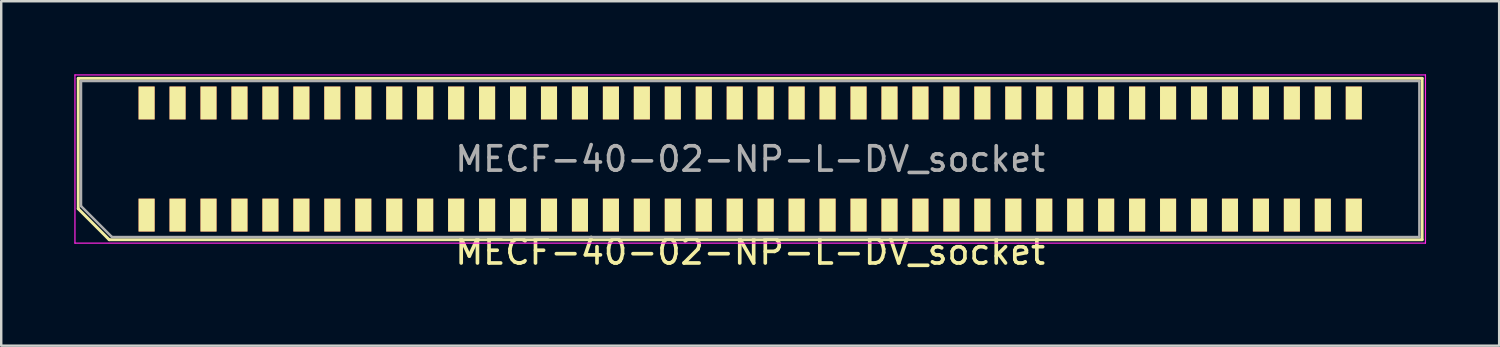
<source format=kicad_pcb>
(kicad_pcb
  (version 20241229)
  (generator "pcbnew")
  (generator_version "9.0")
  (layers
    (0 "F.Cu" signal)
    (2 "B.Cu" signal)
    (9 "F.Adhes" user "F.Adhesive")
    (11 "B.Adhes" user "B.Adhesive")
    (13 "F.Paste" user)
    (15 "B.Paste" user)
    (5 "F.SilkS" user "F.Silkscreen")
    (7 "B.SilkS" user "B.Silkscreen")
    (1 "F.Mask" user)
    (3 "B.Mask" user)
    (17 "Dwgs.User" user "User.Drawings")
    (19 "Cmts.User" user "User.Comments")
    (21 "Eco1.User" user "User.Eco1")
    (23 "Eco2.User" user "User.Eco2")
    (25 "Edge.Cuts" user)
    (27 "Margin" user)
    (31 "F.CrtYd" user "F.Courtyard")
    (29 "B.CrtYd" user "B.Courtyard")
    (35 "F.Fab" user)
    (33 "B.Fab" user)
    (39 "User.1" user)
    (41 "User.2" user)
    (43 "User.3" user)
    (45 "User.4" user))
  (footprint "MECF-40-02-NP-L-DV_socket"
    (layer "F.Cu")
    (at 27.73 3.475)
    (property "Reference" "MECF-40-02-NP-L-DV_socket" (at 0 3.81 0) (layer "F.SilkS") (effects (font (size 1 1) (thickness 0.15))))
    (attr smd)
    (fp_line (start -27.57 -3.31) (end 27.57 -3.31) (stroke (width 0.12) (type solid)) (layer "F.SilkS"))
    (fp_line (start -27.57 2.04) (end -27.57 -3.31) (stroke (width 0.12) (type solid)) (layer "F.SilkS"))
    (fp_line (start -26.3 3.31) (end -27.57 2.04) (stroke (width 0.12) (type solid)) (layer "F.SilkS"))
    (fp_line (start -26.3 3.31) (end 27.57 3.31) (stroke (width 0.12) (type solid)) (layer "F.SilkS"))
    (fp_line (start 27.57 3.31) (end 27.57 -3.31) (stroke (width 0.12) (type solid)) (layer "F.SilkS"))
    (fp_line (start -27.705 -3.45) (end -27.705 3.45) (stroke (width 0.05) (type solid)) (layer "F.CrtYd"))
    (fp_line (start -27.705 3.45) (end 27.705 3.45) (stroke (width 0.05) (type solid)) (layer "F.CrtYd"))
    (fp_line (start 27.705 -3.45) (end -27.705 -3.45) (stroke (width 0.05) (type solid)) (layer "F.CrtYd"))
    (fp_line (start 27.705 3.45) (end 27.705 -3.45) (stroke (width 0.05) (type solid)) (layer "F.CrtYd"))
    (fp_line (start -27.455 -3.2) (end 27.455 -3.2) (stroke (width 0.1) (type solid)) (layer "F.Fab"))
    (fp_line (start -27.455 1.93) (end -27.455 -3.2) (stroke (width 0.1) (type solid)) (layer "F.Fab"))
    (fp_line (start -27.455 1.93) (end -26.185 3.2) (stroke (width 0.1) (type solid)) (layer "F.Fab"))
    (fp_line (start -26.185 3.2) (end 27.455 3.2) (stroke (width 0.1) (type solid)) (layer "F.Fab"))
    (fp_line (start 27.455 3.2) (end 27.455 -3.2) (stroke (width 0.1) (type solid)) (layer "F.Fab"))
    (fp_text user "${REFERENCE}" (at 0 0 0) (layer "F.Fab") (effects (font (size 1 1) (thickness 0.15))))
    (pad "" np_thru_hole circle (at -26.545 0) (size 0.001 0.001) (drill 1.45) (layers "*.Cu" "*.Mask" "F.SilkS"))
    (pad "" np_thru_hole circle (at 26.545 1) (size 0.001 0.001) (drill 1.45) (layers "*.Cu" "*.Mask" "F.SilkS"))
    (pad "1" smd rect (at -24.765 2.3) (size 0.66 1.35) (layers "F.Cu" "F.Mask" "F.SilkS"))
    (pad "2" smd rect (at -24.765 -2.3) (size 0.66 1.35) (layers "F.Cu" "F.Mask" "F.SilkS"))
    (pad "3" smd rect (at -23.495 2.3) (size 0.66 1.35) (layers "F.Cu" "F.Mask" "F.SilkS"))
    (pad "4" smd rect (at -23.495 -2.3) (size 0.66 1.35) (layers "F.Cu" "F.Mask" "F.SilkS"))
    (pad "5" smd rect (at -22.225 2.3) (size 0.66 1.35) (layers "F.Cu" "F.Mask" "F.SilkS"))
    (pad "6" smd rect (at -22.225 -2.3) (size 0.66 1.35) (layers "F.Cu" "F.Mask" "F.SilkS"))
    (pad "7" smd rect (at -20.955 2.3) (size 0.66 1.35) (layers "F.Cu" "F.Mask" "F.SilkS"))
    (pad "8" smd rect (at -20.955 -2.3) (size 0.66 1.35) (layers "F.Cu" "F.Mask" "F.SilkS"))
    (pad "9" smd rect (at -19.685 2.3) (size 0.66 1.35) (layers "F.Cu" "F.Mask" "F.SilkS"))
    (pad "10" smd rect (at -19.685 -2.3) (size 0.66 1.35) (layers "F.Cu" "F.Mask" "F.SilkS"))
    (pad "11" smd rect (at -18.415 2.3) (size 0.66 1.35) (layers "F.Cu" "F.Mask" "F.SilkS"))
    (pad "12" smd rect (at -18.415 -2.3) (size 0.66 1.35) (layers "F.Cu" "F.Mask" "F.SilkS"))
    (pad "13" smd rect (at -17.145 2.3) (size 0.66 1.35) (layers "F.Cu" "F.Mask" "F.SilkS"))
    (pad "14" smd rect (at -17.145 -2.3) (size 0.66 1.35) (layers "F.Cu" "F.Mask" "F.SilkS"))
    (pad "15" smd rect (at -15.875 2.3) (size 0.66 1.35) (layers "F.Cu" "F.Mask" "F.SilkS"))
    (pad "16" smd rect (at -15.875 -2.3) (size 0.66 1.35) (layers "F.Cu" "F.Mask" "F.SilkS"))
    (pad "17" smd rect (at -14.605 2.3) (size 0.66 1.35) (layers "F.Cu" "F.Mask" "F.SilkS"))
    (pad "18" smd rect (at -14.605 -2.3) (size 0.66 1.35) (layers "F.Cu" "F.Mask" "F.SilkS"))
    (pad "19" smd rect (at -13.335 2.3) (size 0.66 1.35) (layers "F.Cu" "F.Mask" "F.SilkS"))
    (pad "20" smd rect (at -13.335 -2.3) (size 0.66 1.35) (layers "F.Cu" "F.Mask" "F.SilkS"))
    (pad "21" smd rect (at -12.065 2.3) (size 0.66 1.35) (layers "F.Cu" "F.Mask" "F.SilkS"))
    (pad "22" smd rect (at -12.065 -2.3) (size 0.66 1.35) (layers "F.Cu" "F.Mask" "F.SilkS"))
    (pad "23" smd rect (at -10.795 2.3) (size 0.66 1.35) (layers "F.Cu" "F.Mask" "F.SilkS"))
    (pad "24" smd rect (at -10.795 -2.3) (size 0.66 1.35) (layers "F.Cu" "F.Mask" "F.SilkS"))
    (pad "25" smd rect (at -9.525 2.3) (size 0.66 1.35) (layers "F.Cu" "F.Mask" "F.SilkS"))
    (pad "26" smd rect (at -9.525 -2.3) (size 0.66 1.35) (layers "F.Cu" "F.Mask" "F.SilkS"))
    (pad "27" smd rect (at -8.255 2.3) (size 0.66 1.35) (layers "F.Cu" "F.Mask" "F.SilkS"))
    (pad "28" smd rect (at -8.255 -2.3) (size 0.66 1.35) (layers "F.Cu" "F.Mask" "F.SilkS"))
    (pad "29" smd rect (at -6.985 2.3) (size 0.66 1.35) (layers "F.Cu" "F.Mask" "F.SilkS"))
    (pad "30" smd rect (at -6.985 -2.3) (size 0.66 1.35) (layers "F.Cu" "F.Mask" "F.SilkS"))
    (pad "31" smd rect (at -5.715 2.3) (size 0.66 1.35) (layers "F.Cu" "F.Mask" "F.SilkS"))
    (pad "32" smd rect (at -5.715 -2.3) (size 0.66 1.35) (layers "F.Cu" "F.Mask" "F.SilkS"))
    (pad "33" smd rect (at -4.445 2.3) (size 0.66 1.35) (layers "F.Cu" "F.Mask" "F.SilkS"))
    (pad "34" smd rect (at -4.445 -2.3) (size 0.66 1.35) (layers "F.Cu" "F.Mask" "F.SilkS"))
    (pad "35" smd rect (at -3.175 2.3) (size 0.66 1.35) (layers "F.Cu" "F.Mask" "F.SilkS"))
    (pad "36" smd rect (at -3.175 -2.3) (size 0.66 1.35) (layers "F.Cu" "F.Mask" "F.SilkS"))
    (pad "37" smd rect (at -1.905 2.3) (size 0.66 1.35) (layers "F.Cu" "F.Mask" "F.SilkS"))
    (pad "38" smd rect (at -1.905 -2.3) (size 0.66 1.35) (layers "F.Cu" "F.Mask" "F.SilkS"))
    (pad "39" smd rect (at -0.635 2.3) (size 0.66 1.35) (layers "F.Cu" "F.Mask" "F.SilkS"))
    (pad "40" smd rect (at -0.635 -2.3) (size 0.66 1.35) (layers "F.Cu" "F.Mask" "F.SilkS"))
    (pad "41" smd rect (at 0.635 2.3) (size 0.66 1.35) (layers "F.Cu" "F.Mask" "F.SilkS"))
    (pad "42" smd rect (at 0.635 -2.3) (size 0.66 1.35) (layers "F.Cu" "F.Mask" "F.SilkS"))
    (pad "43" smd rect (at 1.905 2.3) (size 0.66 1.35) (layers "F.Cu" "F.Mask" "F.SilkS"))
    (pad "44" smd rect (at 1.905 -2.3) (size 0.66 1.35) (layers "F.Cu" "F.Mask" "F.SilkS"))
    (pad "45" smd rect (at 3.175 2.3) (size 0.66 1.35) (layers "F.Cu" "F.Mask" "F.SilkS"))
    (pad "46" smd rect (at 3.175 -2.3) (size 0.66 1.35) (layers "F.Cu" "F.Mask" "F.SilkS"))
    (pad "47" smd rect (at 4.445 2.3) (size 0.66 1.35) (layers "F.Cu" "F.Mask" "F.SilkS"))
    (pad "48" smd rect (at 4.445 -2.3) (size 0.66 1.35) (layers "F.Cu" "F.Mask" "F.SilkS"))
    (pad "49" smd rect (at 5.715 2.3) (size 0.66 1.35) (layers "F.Cu" "F.Mask" "F.SilkS"))
    (pad "50" smd rect (at 5.715 -2.3) (size 0.66 1.35) (layers "F.Cu" "F.Mask" "F.SilkS"))
    (pad "51" smd rect (at 6.985 2.3) (size 0.66 1.35) (layers "F.Cu" "F.Mask" "F.SilkS"))
    (pad "52" smd rect (at 6.985 -2.3) (size 0.66 1.35) (layers "F.Cu" "F.Mask" "F.SilkS"))
    (pad "53" smd rect (at 8.255 2.3) (size 0.66 1.35) (layers "F.Cu" "F.Mask" "F.SilkS"))
    (pad "54" smd rect (at 8.255 -2.3) (size 0.66 1.35) (layers "F.Cu" "F.Mask" "F.SilkS"))
    (pad "55" smd rect (at 9.525 2.3) (size 0.66 1.35) (layers "F.Cu" "F.Mask" "F.SilkS"))
    (pad "56" smd rect (at 9.525 -2.3) (size 0.66 1.35) (layers "F.Cu" "F.Mask" "F.SilkS"))
    (pad "57" smd rect (at 10.795 2.3) (size 0.66 1.35) (layers "F.Cu" "F.Mask" "F.SilkS"))
    (pad "58" smd rect (at 10.795 -2.3) (size 0.66 1.35) (layers "F.Cu" "F.Mask" "F.SilkS"))
    (pad "59" smd rect (at 12.065 2.3) (size 0.66 1.35) (layers "F.Cu" "F.Mask" "F.SilkS"))
    (pad "60" smd rect (at 12.065 -2.3) (size 0.66 1.35) (layers "F.Cu" "F.Mask" "F.SilkS"))
    (pad "61" smd rect (at 13.335 2.3) (size 0.66 1.35) (layers "F.Cu" "F.Mask" "F.SilkS"))
    (pad "62" smd rect (at 13.335 -2.3) (size 0.66 1.35) (layers "F.Cu" "F.Mask" "F.SilkS"))
    (pad "63" smd rect (at 14.605 2.3) (size 0.66 1.35) (layers "F.Cu" "F.Mask" "F.SilkS"))
    (pad "64" smd rect (at 14.605 -2.3) (size 0.66 1.35) (layers "F.Cu" "F.Mask" "F.SilkS"))
    (pad "65" smd rect (at 15.875 2.3) (size 0.66 1.35) (layers "F.Cu" "F.Mask" "F.SilkS"))
    (pad "66" smd rect (at 15.875 -2.3) (size 0.66 1.35) (layers "F.Cu" "F.Mask" "F.SilkS"))
    (pad "67" smd rect (at 17.145 2.3) (size 0.66 1.35) (layers "F.Cu" "F.Mask" "F.SilkS"))
    (pad "68" smd rect (at 17.145 -2.3) (size 0.66 1.35) (layers "F.Cu" "F.Mask" "F.SilkS"))
    (pad "69" smd rect (at 18.415 2.3) (size 0.66 1.35) (layers "F.Cu" "F.Mask" "F.SilkS"))
    (pad "70" smd rect (at 18.415 -2.3) (size 0.66 1.35) (layers "F.Cu" "F.Mask" "F.SilkS"))
    (pad "71" smd rect (at 19.685 2.3) (size 0.66 1.35) (layers "F.Cu" "F.Mask" "F.SilkS"))
    (pad "72" smd rect (at 19.685 -2.3) (size 0.66 1.35) (layers "F.Cu" "F.Mask" "F.SilkS"))
    (pad "73" smd rect (at 20.955 2.3) (size 0.66 1.35) (layers "F.Cu" "F.Mask" "F.SilkS"))
    (pad "74" smd rect (at 20.955 -2.3) (size 0.66 1.35) (layers "F.Cu" "F.Mask" "F.SilkS"))
    (pad "75" smd rect (at 22.225 2.3) (size 0.66 1.35) (layers "F.Cu" "F.Mask" "F.SilkS"))
    (pad "76" smd rect (at 22.225 -2.3) (size 0.66 1.35) (layers "F.Cu" "F.Mask" "F.SilkS"))
    (pad "77" smd rect (at 23.495 2.3) (size 0.66 1.35) (layers "F.Cu" "F.Mask" "F.SilkS"))
    (pad "78" smd rect (at 23.495 -2.3) (size 0.66 1.35) (layers "F.Cu" "F.Mask" "F.SilkS"))
    (pad "79" smd rect (at 24.765 2.3) (size 0.66 1.35) (layers "F.Cu" "F.Mask" "F.SilkS"))
    (pad "80" smd rect (at 24.765 -2.3) (size 0.66 1.35) (layers "F.Cu" "F.Mask" "F.SilkS")))
  (gr_rect
    (start -3 -3)
    (end 58.46 11.133)
    (stroke (width 0.1) (type default))
    (fill no)
    (layer "Edge.Cuts")))
</source>
